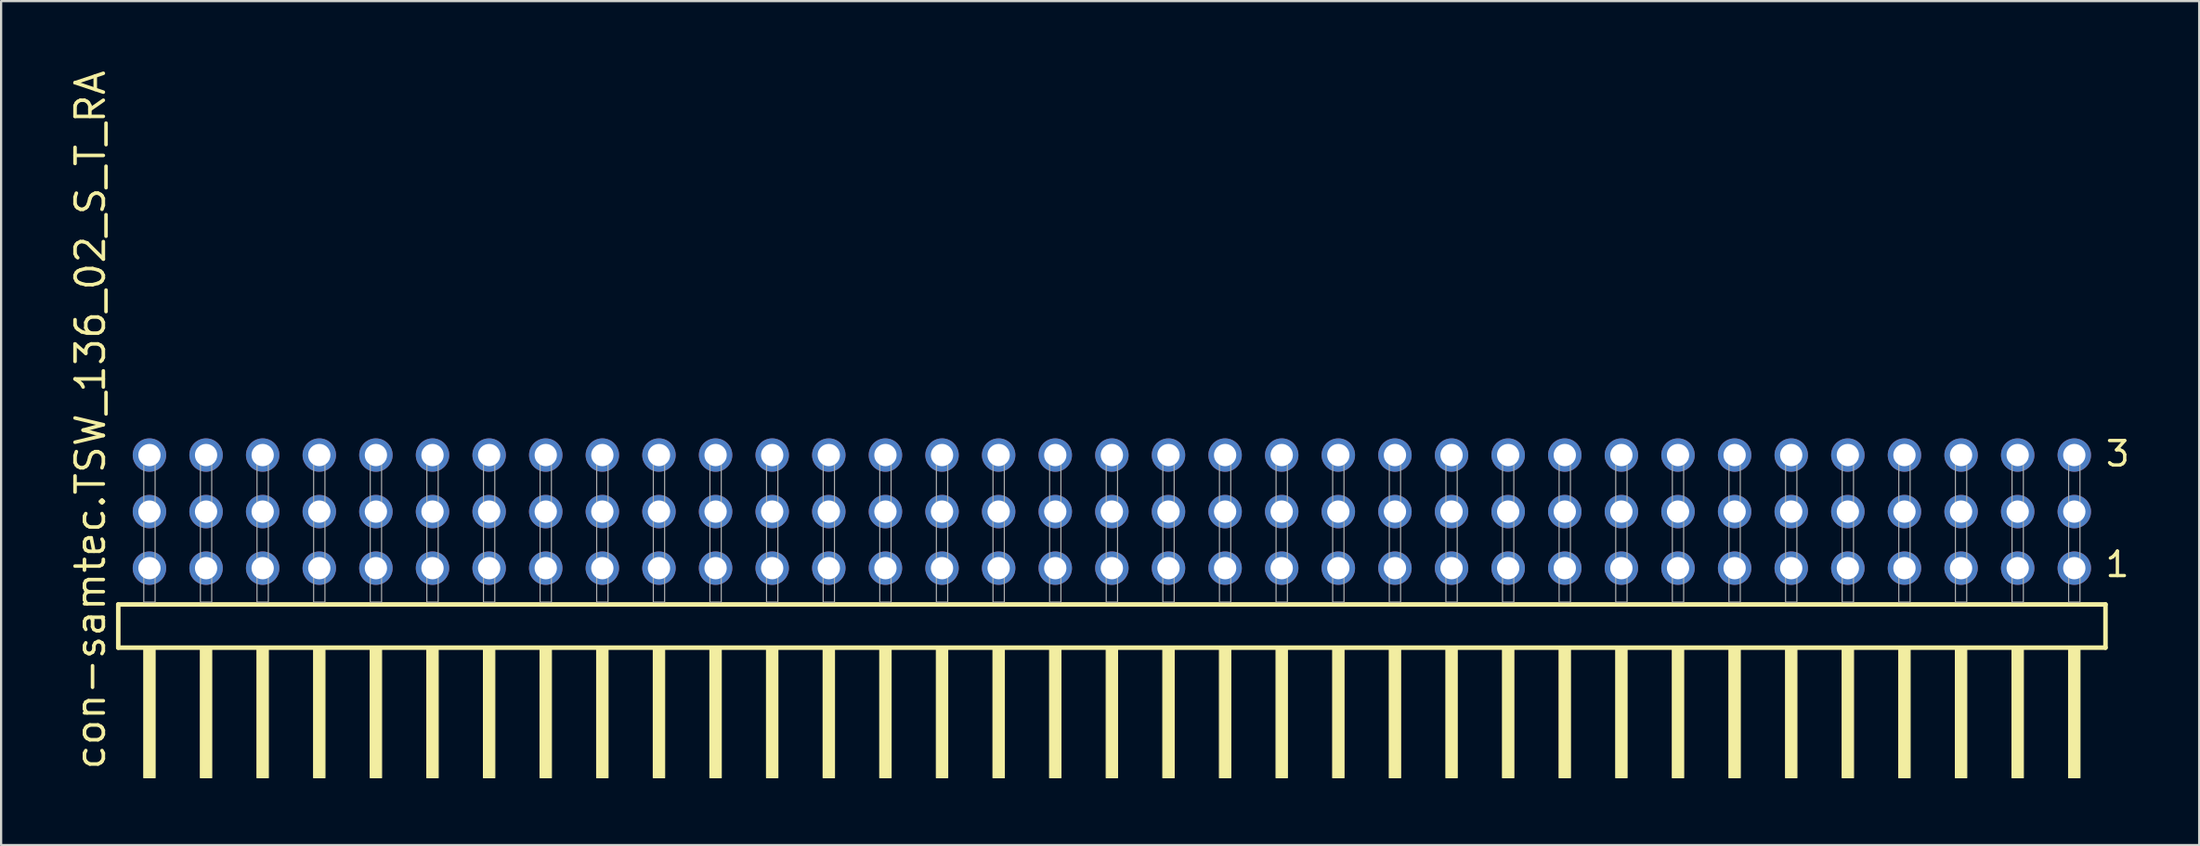
<source format=kicad_pcb>
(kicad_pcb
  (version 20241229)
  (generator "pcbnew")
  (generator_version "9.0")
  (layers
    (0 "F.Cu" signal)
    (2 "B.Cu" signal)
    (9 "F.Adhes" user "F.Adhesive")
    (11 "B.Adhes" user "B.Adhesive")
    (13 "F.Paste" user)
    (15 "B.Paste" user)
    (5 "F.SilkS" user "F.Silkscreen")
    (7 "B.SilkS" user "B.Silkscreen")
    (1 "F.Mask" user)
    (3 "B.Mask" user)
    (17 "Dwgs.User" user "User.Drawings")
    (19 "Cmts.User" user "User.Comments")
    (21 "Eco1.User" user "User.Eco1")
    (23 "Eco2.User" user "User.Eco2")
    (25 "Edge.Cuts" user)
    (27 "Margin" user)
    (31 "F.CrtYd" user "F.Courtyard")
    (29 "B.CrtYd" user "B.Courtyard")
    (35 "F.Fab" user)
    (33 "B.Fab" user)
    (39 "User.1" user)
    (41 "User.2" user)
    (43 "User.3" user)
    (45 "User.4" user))
  (footprint "con-samtec.TSW_136_02_S_T_RA"
    (layer "F.Cu")
    (at 48.105 23.993)
    (property "Reference" "con-samtec.TSW_136_02_S_T_RA" (at -46.355 7.62 90) (layer "F.SilkS") (effects (font (size 1.27 1.27) (thickness 0.16)) (justify left bottom)))
    (attr through_hole)
    (fp_line (start -45.849 0.106) (end -45.849 2.046) (stroke (width 0.203) (type default)) (layer "F.SilkS"))
    (fp_line (start -45.849 2.046) (end 43.309 2.046) (stroke (width 0.203) (type default)) (layer "F.SilkS"))
    (fp_line (start 43.309 0.106) (end -45.849 0.106) (stroke (width 0.203) (type default)) (layer "F.SilkS"))
    (fp_line (start 43.309 2.046) (end 43.309 0.106) (stroke (width 0.203) (type default)) (layer "F.SilkS"))
    (fp_rect (start -44.704 7.89) (end -44.196 2.04) (stroke (width 0.05) (type default)) (fill yes) (layer "F.SilkS"))
    (fp_rect (start -42.164 7.89) (end -41.656 2.04) (stroke (width 0.05) (type default)) (fill yes) (layer "F.SilkS"))
    (fp_rect (start -39.624 7.89) (end -39.116 2.04) (stroke (width 0.05) (type default)) (fill yes) (layer "F.SilkS"))
    (fp_rect (start -37.084 7.89) (end -36.576 2.04) (stroke (width 0.05) (type default)) (fill yes) (layer "F.SilkS"))
    (fp_rect (start -34.544 7.89) (end -34.036 2.04) (stroke (width 0.05) (type default)) (fill yes) (layer "F.SilkS"))
    (fp_rect (start -32.004 7.89) (end -31.496 2.04) (stroke (width 0.05) (type default)) (fill yes) (layer "F.SilkS"))
    (fp_rect (start -29.464 7.89) (end -28.956 2.04) (stroke (width 0.05) (type default)) (fill yes) (layer "F.SilkS"))
    (fp_rect (start -26.924 7.89) (end -26.416 2.04) (stroke (width 0.05) (type default)) (fill yes) (layer "F.SilkS"))
    (fp_rect (start -24.384 7.89) (end -23.876 2.04) (stroke (width 0.05) (type default)) (fill yes) (layer "F.SilkS"))
    (fp_rect (start -21.844 7.89) (end -21.336 2.04) (stroke (width 0.05) (type default)) (fill yes) (layer "F.SilkS"))
    (fp_rect (start -19.304 7.89) (end -18.796 2.04) (stroke (width 0.05) (type default)) (fill yes) (layer "F.SilkS"))
    (fp_rect (start -16.764 7.89) (end -16.256 2.04) (stroke (width 0.05) (type default)) (fill yes) (layer "F.SilkS"))
    (fp_rect (start -14.224 7.89) (end -13.716 2.04) (stroke (width 0.05) (type default)) (fill yes) (layer "F.SilkS"))
    (fp_rect (start -11.684 7.89) (end -11.176 2.04) (stroke (width 0.05) (type default)) (fill yes) (layer "F.SilkS"))
    (fp_rect (start -9.144 7.89) (end -8.636 2.04) (stroke (width 0.05) (type default)) (fill yes) (layer "F.SilkS"))
    (fp_rect (start -6.604 7.89) (end -6.096 2.04) (stroke (width 0.05) (type default)) (fill yes) (layer "F.SilkS"))
    (fp_rect (start -4.064 7.89) (end -3.556 2.04) (stroke (width 0.05) (type default)) (fill yes) (layer "F.SilkS"))
    (fp_rect (start -1.524 7.89) (end -1.016 2.04) (stroke (width 0.05) (type default)) (fill yes) (layer "F.SilkS"))
    (fp_rect (start 1.016 7.89) (end 1.524 2.04) (stroke (width 0.05) (type default)) (fill yes) (layer "F.SilkS"))
    (fp_rect (start 3.556 7.89) (end 4.064 2.04) (stroke (width 0.05) (type default)) (fill yes) (layer "F.SilkS"))
    (fp_rect (start 6.096 7.89) (end 6.604 2.04) (stroke (width 0.05) (type default)) (fill yes) (layer "F.SilkS"))
    (fp_rect (start 8.636 7.89) (end 9.144 2.04) (stroke (width 0.05) (type default)) (fill yes) (layer "F.SilkS"))
    (fp_rect (start 11.176 7.89) (end 11.684 2.04) (stroke (width 0.05) (type default)) (fill yes) (layer "F.SilkS"))
    (fp_rect (start 13.716 7.89) (end 14.224 2.04) (stroke (width 0.05) (type default)) (fill yes) (layer "F.SilkS"))
    (fp_rect (start 16.256 7.89) (end 16.764 2.04) (stroke (width 0.05) (type default)) (fill yes) (layer "F.SilkS"))
    (fp_rect (start 18.796 7.89) (end 19.304 2.04) (stroke (width 0.05) (type default)) (fill yes) (layer "F.SilkS"))
    (fp_rect (start 21.336 7.89) (end 21.844 2.04) (stroke (width 0.05) (type default)) (fill yes) (layer "F.SilkS"))
    (fp_rect (start 23.876 7.89) (end 24.384 2.04) (stroke (width 0.05) (type default)) (fill yes) (layer "F.SilkS"))
    (fp_rect (start 26.416 7.89) (end 26.924 2.04) (stroke (width 0.05) (type default)) (fill yes) (layer "F.SilkS"))
    (fp_rect (start 28.956 7.89) (end 29.464 2.04) (stroke (width 0.05) (type default)) (fill yes) (layer "F.SilkS"))
    (fp_rect (start 31.496 7.89) (end 32.004 2.04) (stroke (width 0.05) (type default)) (fill yes) (layer "F.SilkS"))
    (fp_rect (start 34.036 7.89) (end 34.544 2.04) (stroke (width 0.05) (type default)) (fill yes) (layer "F.SilkS"))
    (fp_rect (start 36.576 7.89) (end 37.084 2.04) (stroke (width 0.05) (type default)) (fill yes) (layer "F.SilkS"))
    (fp_rect (start 39.116 7.89) (end 39.624 2.04) (stroke (width 0.05) (type default)) (fill yes) (layer "F.SilkS"))
    (fp_rect (start 41.656 7.89) (end 42.164 2.04) (stroke (width 0.05) (type default)) (fill yes) (layer "F.SilkS"))
    (fp_rect (start -44.704 0) (end -44.196 -6.858) (stroke (width 0.05) (type default)) (fill no) (layer "F.Fab"))
    (fp_rect (start -42.164 0) (end -41.656 -6.858) (stroke (width 0.05) (type default)) (fill no) (layer "F.Fab"))
    (fp_rect (start -39.624 0) (end -39.116 -6.858) (stroke (width 0.05) (type default)) (fill no) (layer "F.Fab"))
    (fp_rect (start -37.084 0) (end -36.576 -6.858) (stroke (width 0.05) (type default)) (fill no) (layer "F.Fab"))
    (fp_rect (start -34.544 0) (end -34.036 -6.858) (stroke (width 0.05) (type default)) (fill no) (layer "F.Fab"))
    (fp_rect (start -32.004 0) (end -31.496 -6.858) (stroke (width 0.05) (type default)) (fill no) (layer "F.Fab"))
    (fp_rect (start -29.464 0) (end -28.956 -6.858) (stroke (width 0.05) (type default)) (fill no) (layer "F.Fab"))
    (fp_rect (start -26.924 0) (end -26.416 -6.858) (stroke (width 0.05) (type default)) (fill no) (layer "F.Fab"))
    (fp_rect (start -24.384 0) (end -23.876 -6.858) (stroke (width 0.05) (type default)) (fill no) (layer "F.Fab"))
    (fp_rect (start -21.844 0) (end -21.336 -6.858) (stroke (width 0.05) (type default)) (fill no) (layer "F.Fab"))
    (fp_rect (start -19.304 0) (end -18.796 -6.858) (stroke (width 0.05) (type default)) (fill no) (layer "F.Fab"))
    (fp_rect (start -16.764 0) (end -16.256 -6.858) (stroke (width 0.05) (type default)) (fill no) (layer "F.Fab"))
    (fp_rect (start -14.224 0) (end -13.716 -6.858) (stroke (width 0.05) (type default)) (fill no) (layer "F.Fab"))
    (fp_rect (start -11.684 0) (end -11.176 -6.858) (stroke (width 0.05) (type default)) (fill no) (layer "F.Fab"))
    (fp_rect (start -9.144 0) (end -8.636 -6.858) (stroke (width 0.05) (type default)) (fill no) (layer "F.Fab"))
    (fp_rect (start -6.604 0) (end -6.096 -6.858) (stroke (width 0.05) (type default)) (fill no) (layer "F.Fab"))
    (fp_rect (start -4.064 0) (end -3.556 -6.858) (stroke (width 0.05) (type default)) (fill no) (layer "F.Fab"))
    (fp_rect (start -1.524 0) (end -1.016 -6.858) (stroke (width 0.05) (type default)) (fill no) (layer "F.Fab"))
    (fp_rect (start 1.016 0) (end 1.524 -6.858) (stroke (width 0.05) (type default)) (fill no) (layer "F.Fab"))
    (fp_rect (start 3.556 0) (end 4.064 -6.858) (stroke (width 0.05) (type default)) (fill no) (layer "F.Fab"))
    (fp_rect (start 6.096 0) (end 6.604 -6.858) (stroke (width 0.05) (type default)) (fill no) (layer "F.Fab"))
    (fp_rect (start 8.636 0) (end 9.144 -6.858) (stroke (width 0.05) (type default)) (fill no) (layer "F.Fab"))
    (fp_rect (start 11.176 0) (end 11.684 -6.858) (stroke (width 0.05) (type default)) (fill no) (layer "F.Fab"))
    (fp_rect (start 13.716 0) (end 14.224 -6.858) (stroke (width 0.05) (type default)) (fill no) (layer "F.Fab"))
    (fp_rect (start 16.256 0) (end 16.764 -6.858) (stroke (width 0.05) (type default)) (fill no) (layer "F.Fab"))
    (fp_rect (start 18.796 0) (end 19.304 -6.858) (stroke (width 0.05) (type default)) (fill no) (layer "F.Fab"))
    (fp_rect (start 21.336 0) (end 21.844 -6.858) (stroke (width 0.05) (type default)) (fill no) (layer "F.Fab"))
    (fp_rect (start 23.876 0) (end 24.384 -6.858) (stroke (width 0.05) (type default)) (fill no) (layer "F.Fab"))
    (fp_rect (start 26.416 0) (end 26.924 -6.858) (stroke (width 0.05) (type default)) (fill no) (layer "F.Fab"))
    (fp_rect (start 28.956 0) (end 29.464 -6.858) (stroke (width 0.05) (type default)) (fill no) (layer "F.Fab"))
    (fp_rect (start 31.496 0) (end 32.004 -6.858) (stroke (width 0.05) (type default)) (fill no) (layer "F.Fab"))
    (fp_rect (start 34.036 0) (end 34.544 -6.858) (stroke (width 0.05) (type default)) (fill no) (layer "F.Fab"))
    (fp_rect (start 36.576 0) (end 37.084 -6.858) (stroke (width 0.05) (type default)) (fill no) (layer "F.Fab"))
    (fp_rect (start 39.116 0) (end 39.624 -6.858) (stroke (width 0.05) (type default)) (fill no) (layer "F.Fab"))
    (fp_rect (start 41.656 0) (end 42.164 -6.858) (stroke (width 0.05) (type default)) (fill no) (layer "F.Fab"))
    (fp_text user "3" (at 43.235 -6.015 0) (layer "F.SilkS") (effects (font (size 1.1 1.1) (thickness 0.15)) (justify left bottom)))
    (fp_text user "1" (at 43.22 -1.05 0) (layer "F.SilkS") (effects (font (size 1.1 1.1) (thickness 0.15)) (justify left bottom)))
    (pad "1" thru_hole circle (at 41.91 -1.524 180) (size 1.5 1.5) (drill 1) (layers "*.Cu" "*.Mask"))
    (pad "2" thru_hole circle (at 41.91 -4.064 180) (size 1.5 1.5) (drill 1) (layers "*.Cu" "*.Mask"))
    (pad "3" thru_hole circle (at 41.91 -6.604 180) (size 1.5 1.5) (drill 1) (layers "*.Cu" "*.Mask"))
    (pad "4" thru_hole circle (at 39.37 -1.524 180) (size 1.5 1.5) (drill 1) (layers "*.Cu" "*.Mask"))
    (pad "5" thru_hole circle (at 39.37 -4.064 180) (size 1.5 1.5) (drill 1) (layers "*.Cu" "*.Mask"))
    (pad "6" thru_hole circle (at 39.37 -6.604 180) (size 1.5 1.5) (drill 1) (layers "*.Cu" "*.Mask"))
    (pad "7" thru_hole circle (at 36.83 -1.524 180) (size 1.5 1.5) (drill 1) (layers "*.Cu" "*.Mask"))
    (pad "8" thru_hole circle (at 36.83 -4.064 180) (size 1.5 1.5) (drill 1) (layers "*.Cu" "*.Mask"))
    (pad "9" thru_hole circle (at 36.83 -6.604 180) (size 1.5 1.5) (drill 1) (layers "*.Cu" "*.Mask"))
    (pad "10" thru_hole circle (at 34.29 -1.524 180) (size 1.5 1.5) (drill 1) (layers "*.Cu" "*.Mask"))
    (pad "11" thru_hole circle (at 34.29 -4.064 180) (size 1.5 1.5) (drill 1) (layers "*.Cu" "*.Mask"))
    (pad "12" thru_hole circle (at 34.29 -6.604 180) (size 1.5 1.5) (drill 1) (layers "*.Cu" "*.Mask"))
    (pad "13" thru_hole circle (at 31.75 -1.524 180) (size 1.5 1.5) (drill 1) (layers "*.Cu" "*.Mask"))
    (pad "14" thru_hole circle (at 31.75 -4.064 180) (size 1.5 1.5) (drill 1) (layers "*.Cu" "*.Mask"))
    (pad "15" thru_hole circle (at 31.75 -6.604 180) (size 1.5 1.5) (drill 1) (layers "*.Cu" "*.Mask"))
    (pad "16" thru_hole circle (at 29.21 -1.524 180) (size 1.5 1.5) (drill 1) (layers "*.Cu" "*.Mask"))
    (pad "17" thru_hole circle (at 29.21 -4.064 180) (size 1.5 1.5) (drill 1) (layers "*.Cu" "*.Mask"))
    (pad "18" thru_hole circle (at 29.21 -6.604 180) (size 1.5 1.5) (drill 1) (layers "*.Cu" "*.Mask"))
    (pad "19" thru_hole circle (at 26.67 -1.524 180) (size 1.5 1.5) (drill 1) (layers "*.Cu" "*.Mask"))
    (pad "20" thru_hole circle (at 26.67 -4.064 180) (size 1.5 1.5) (drill 1) (layers "*.Cu" "*.Mask"))
    (pad "21" thru_hole circle (at 26.67 -6.604 180) (size 1.5 1.5) (drill 1) (layers "*.Cu" "*.Mask"))
    (pad "22" thru_hole circle (at 24.13 -1.524 180) (size 1.5 1.5) (drill 1) (layers "*.Cu" "*.Mask"))
    (pad "23" thru_hole circle (at 24.13 -4.064 180) (size 1.5 1.5) (drill 1) (layers "*.Cu" "*.Mask"))
    (pad "24" thru_hole circle (at 24.13 -6.604 180) (size 1.5 1.5) (drill 1) (layers "*.Cu" "*.Mask"))
    (pad "25" thru_hole circle (at 21.59 -1.524 180) (size 1.5 1.5) (drill 1) (layers "*.Cu" "*.Mask"))
    (pad "26" thru_hole circle (at 21.59 -4.064 180) (size 1.5 1.5) (drill 1) (layers "*.Cu" "*.Mask"))
    (pad "27" thru_hole circle (at 21.59 -6.604 180) (size 1.5 1.5) (drill 1) (layers "*.Cu" "*.Mask"))
    (pad "28" thru_hole circle (at 19.05 -1.524 180) (size 1.5 1.5) (drill 1) (layers "*.Cu" "*.Mask"))
    (pad "29" thru_hole circle (at 19.05 -4.064 180) (size 1.5 1.5) (drill 1) (layers "*.Cu" "*.Mask"))
    (pad "30" thru_hole circle (at 19.05 -6.604 180) (size 1.5 1.5) (drill 1) (layers "*.Cu" "*.Mask"))
    (pad "31" thru_hole circle (at 16.51 -1.524 180) (size 1.5 1.5) (drill 1) (layers "*.Cu" "*.Mask"))
    (pad "32" thru_hole circle (at 16.51 -4.064 180) (size 1.5 1.5) (drill 1) (layers "*.Cu" "*.Mask"))
    (pad "33" thru_hole circle (at 16.51 -6.604 180) (size 1.5 1.5) (drill 1) (layers "*.Cu" "*.Mask"))
    (pad "34" thru_hole circle (at 13.97 -1.524 180) (size 1.5 1.5) (drill 1) (layers "*.Cu" "*.Mask"))
    (pad "35" thru_hole circle (at 13.97 -4.064 180) (size 1.5 1.5) (drill 1) (layers "*.Cu" "*.Mask"))
    (pad "36" thru_hole circle (at 13.97 -6.604 180) (size 1.5 1.5) (drill 1) (layers "*.Cu" "*.Mask"))
    (pad "37" thru_hole circle (at 11.43 -1.524 180) (size 1.5 1.5) (drill 1) (layers "*.Cu" "*.Mask"))
    (pad "38" thru_hole circle (at 11.43 -4.064 180) (size 1.5 1.5) (drill 1) (layers "*.Cu" "*.Mask"))
    (pad "39" thru_hole circle (at 11.43 -6.604 180) (size 1.5 1.5) (drill 1) (layers "*.Cu" "*.Mask"))
    (pad "40" thru_hole circle (at 8.89 -1.524 180) (size 1.5 1.5) (drill 1) (layers "*.Cu" "*.Mask"))
    (pad "41" thru_hole circle (at 8.89 -4.064 180) (size 1.5 1.5) (drill 1) (layers "*.Cu" "*.Mask"))
    (pad "42" thru_hole circle (at 8.89 -6.604 180) (size 1.5 1.5) (drill 1) (layers "*.Cu" "*.Mask"))
    (pad "43" thru_hole circle (at 6.35 -1.524 180) (size 1.5 1.5) (drill 1) (layers "*.Cu" "*.Mask"))
    (pad "44" thru_hole circle (at 6.35 -4.064 180) (size 1.5 1.5) (drill 1) (layers "*.Cu" "*.Mask"))
    (pad "45" thru_hole circle (at 6.35 -6.604 180) (size 1.5 1.5) (drill 1) (layers "*.Cu" "*.Mask"))
    (pad "46" thru_hole circle (at 3.81 -1.524 180) (size 1.5 1.5) (drill 1) (layers "*.Cu" "*.Mask"))
    (pad "47" thru_hole circle (at 3.81 -4.064 180) (size 1.5 1.5) (drill 1) (layers "*.Cu" "*.Mask"))
    (pad "48" thru_hole circle (at 3.81 -6.604 180) (size 1.5 1.5) (drill 1) (layers "*.Cu" "*.Mask"))
    (pad "49" thru_hole circle (at 1.27 -1.524 180) (size 1.5 1.5) (drill 1) (layers "*.Cu" "*.Mask"))
    (pad "50" thru_hole circle (at 1.27 -4.064 180) (size 1.5 1.5) (drill 1) (layers "*.Cu" "*.Mask"))
    (pad "51" thru_hole circle (at 1.27 -6.604 180) (size 1.5 1.5) (drill 1) (layers "*.Cu" "*.Mask"))
    (pad "52" thru_hole circle (at -1.27 -1.524 180) (size 1.5 1.5) (drill 1) (layers "*.Cu" "*.Mask"))
    (pad "53" thru_hole circle (at -1.27 -4.064 180) (size 1.5 1.5) (drill 1) (layers "*.Cu" "*.Mask"))
    (pad "54" thru_hole circle (at -1.27 -6.604 180) (size 1.5 1.5) (drill 1) (layers "*.Cu" "*.Mask"))
    (pad "55" thru_hole circle (at -3.81 -1.524 180) (size 1.5 1.5) (drill 1) (layers "*.Cu" "*.Mask"))
    (pad "56" thru_hole circle (at -3.81 -4.064 180) (size 1.5 1.5) (drill 1) (layers "*.Cu" "*.Mask"))
    (pad "57" thru_hole circle (at -3.81 -6.604 180) (size 1.5 1.5) (drill 1) (layers "*.Cu" "*.Mask"))
    (pad "58" thru_hole circle (at -6.35 -1.524 180) (size 1.5 1.5) (drill 1) (layers "*.Cu" "*.Mask"))
    (pad "59" thru_hole circle (at -6.35 -4.064 180) (size 1.5 1.5) (drill 1) (layers "*.Cu" "*.Mask"))
    (pad "60" thru_hole circle (at -6.35 -6.604 180) (size 1.5 1.5) (drill 1) (layers "*.Cu" "*.Mask"))
    (pad "61" thru_hole circle (at -8.89 -1.524 180) (size 1.5 1.5) (drill 1) (layers "*.Cu" "*.Mask"))
    (pad "62" thru_hole circle (at -8.89 -4.064 180) (size 1.5 1.5) (drill 1) (layers "*.Cu" "*.Mask"))
    (pad "63" thru_hole circle (at -8.89 -6.604 180) (size 1.5 1.5) (drill 1) (layers "*.Cu" "*.Mask"))
    (pad "64" thru_hole circle (at -11.43 -1.524 180) (size 1.5 1.5) (drill 1) (layers "*.Cu" "*.Mask"))
    (pad "65" thru_hole circle (at -11.43 -4.064 180) (size 1.5 1.5) (drill 1) (layers "*.Cu" "*.Mask"))
    (pad "66" thru_hole circle (at -11.43 -6.604 180) (size 1.5 1.5) (drill 1) (layers "*.Cu" "*.Mask"))
    (pad "67" thru_hole circle (at -13.97 -1.524 180) (size 1.5 1.5) (drill 1) (layers "*.Cu" "*.Mask"))
    (pad "68" thru_hole circle (at -13.97 -4.064 180) (size 1.5 1.5) (drill 1) (layers "*.Cu" "*.Mask"))
    (pad "69" thru_hole circle (at -13.97 -6.604 180) (size 1.5 1.5) (drill 1) (layers "*.Cu" "*.Mask"))
    (pad "70" thru_hole circle (at -16.51 -1.524 180) (size 1.5 1.5) (drill 1) (layers "*.Cu" "*.Mask"))
    (pad "71" thru_hole circle (at -16.51 -4.064 180) (size 1.5 1.5) (drill 1) (layers "*.Cu" "*.Mask"))
    (pad "72" thru_hole circle (at -16.51 -6.604 180) (size 1.5 1.5) (drill 1) (layers "*.Cu" "*.Mask"))
    (pad "73" thru_hole circle (at -19.05 -1.524 180) (size 1.5 1.5) (drill 1) (layers "*.Cu" "*.Mask"))
    (pad "74" thru_hole circle (at -19.05 -4.064 180) (size 1.5 1.5) (drill 1) (layers "*.Cu" "*.Mask"))
    (pad "75" thru_hole circle (at -19.05 -6.604 180) (size 1.5 1.5) (drill 1) (layers "*.Cu" "*.Mask"))
    (pad "76" thru_hole circle (at -21.59 -1.524 180) (size 1.5 1.5) (drill 1) (layers "*.Cu" "*.Mask"))
    (pad "77" thru_hole circle (at -21.59 -4.064 180) (size 1.5 1.5) (drill 1) (layers "*.Cu" "*.Mask"))
    (pad "78" thru_hole circle (at -21.59 -6.604 180) (size 1.5 1.5) (drill 1) (layers "*.Cu" "*.Mask"))
    (pad "79" thru_hole circle (at -24.13 -1.524 180) (size 1.5 1.5) (drill 1) (layers "*.Cu" "*.Mask"))
    (pad "80" thru_hole circle (at -24.13 -4.064 180) (size 1.5 1.5) (drill 1) (layers "*.Cu" "*.Mask"))
    (pad "81" thru_hole circle (at -24.13 -6.604 180) (size 1.5 1.5) (drill 1) (layers "*.Cu" "*.Mask"))
    (pad "82" thru_hole circle (at -26.67 -1.524 180) (size 1.5 1.5) (drill 1) (layers "*.Cu" "*.Mask"))
    (pad "83" thru_hole circle (at -26.67 -4.064 180) (size 1.5 1.5) (drill 1) (layers "*.Cu" "*.Mask"))
    (pad "84" thru_hole circle (at -26.67 -6.604 180) (size 1.5 1.5) (drill 1) (layers "*.Cu" "*.Mask"))
    (pad "85" thru_hole circle (at -29.21 -1.524 180) (size 1.5 1.5) (drill 1) (layers "*.Cu" "*.Mask"))
    (pad "86" thru_hole circle (at -29.21 -4.064 180) (size 1.5 1.5) (drill 1) (layers "*.Cu" "*.Mask"))
    (pad "87" thru_hole circle (at -29.21 -6.604 180) (size 1.5 1.5) (drill 1) (layers "*.Cu" "*.Mask"))
    (pad "88" thru_hole circle (at -31.75 -1.524 180) (size 1.5 1.5) (drill 1) (layers "*.Cu" "*.Mask"))
    (pad "89" thru_hole circle (at -31.75 -4.064 180) (size 1.5 1.5) (drill 1) (layers "*.Cu" "*.Mask"))
    (pad "90" thru_hole circle (at -31.75 -6.604 180) (size 1.5 1.5) (drill 1) (layers "*.Cu" "*.Mask"))
    (pad "91" thru_hole circle (at -34.29 -1.524 180) (size 1.5 1.5) (drill 1) (layers "*.Cu" "*.Mask"))
    (pad "92" thru_hole circle (at -34.29 -4.064 180) (size 1.5 1.5) (drill 1) (layers "*.Cu" "*.Mask"))
    (pad "93" thru_hole circle (at -34.29 -6.604 180) (size 1.5 1.5) (drill 1) (layers "*.Cu" "*.Mask"))
    (pad "94" thru_hole circle (at -36.83 -1.524 180) (size 1.5 1.5) (drill 1) (layers "*.Cu" "*.Mask"))
    (pad "95" thru_hole circle (at -36.83 -4.064 180) (size 1.5 1.5) (drill 1) (layers "*.Cu" "*.Mask"))
    (pad "96" thru_hole circle (at -36.83 -6.604 180) (size 1.5 1.5) (drill 1) (layers "*.Cu" "*.Mask"))
    (pad "97" thru_hole circle (at -39.37 -1.524 180) (size 1.5 1.5) (drill 1) (layers "*.Cu" "*.Mask"))
    (pad "98" thru_hole circle (at -39.37 -4.064 180) (size 1.5 1.5) (drill 1) (layers "*.Cu" "*.Mask"))
    (pad "99" thru_hole circle (at -39.37 -6.604 180) (size 1.5 1.5) (drill 1) (layers "*.Cu" "*.Mask"))
    (pad "100" thru_hole circle (at -41.91 -1.524 180) (size 1.5 1.5) (drill 1) (layers "*.Cu" "*.Mask"))
    (pad "101" thru_hole circle (at -41.91 -4.064 180) (size 1.5 1.5) (drill 1) (layers "*.Cu" "*.Mask"))
    (pad "102" thru_hole circle (at -41.91 -6.604 180) (size 1.5 1.5) (drill 1) (layers "*.Cu" "*.Mask"))
    (pad "103" thru_hole circle (at -44.45 -1.524 180) (size 1.5 1.5) (drill 1) (layers "*.Cu" "*.Mask"))
    (pad "104" thru_hole circle (at -44.45 -4.064 180) (size 1.5 1.5) (drill 1) (layers "*.Cu" "*.Mask"))
    (pad "105" thru_hole circle (at -44.45 -6.604 180) (size 1.5 1.5) (drill 1) (layers "*.Cu" "*.Mask")))
  (gr_rect
    (start -3 -3)
    (end 95.618 34.908)
    (stroke (width 0.1) (type default))
    (fill no)
    (layer "Edge.Cuts")))
</source>
